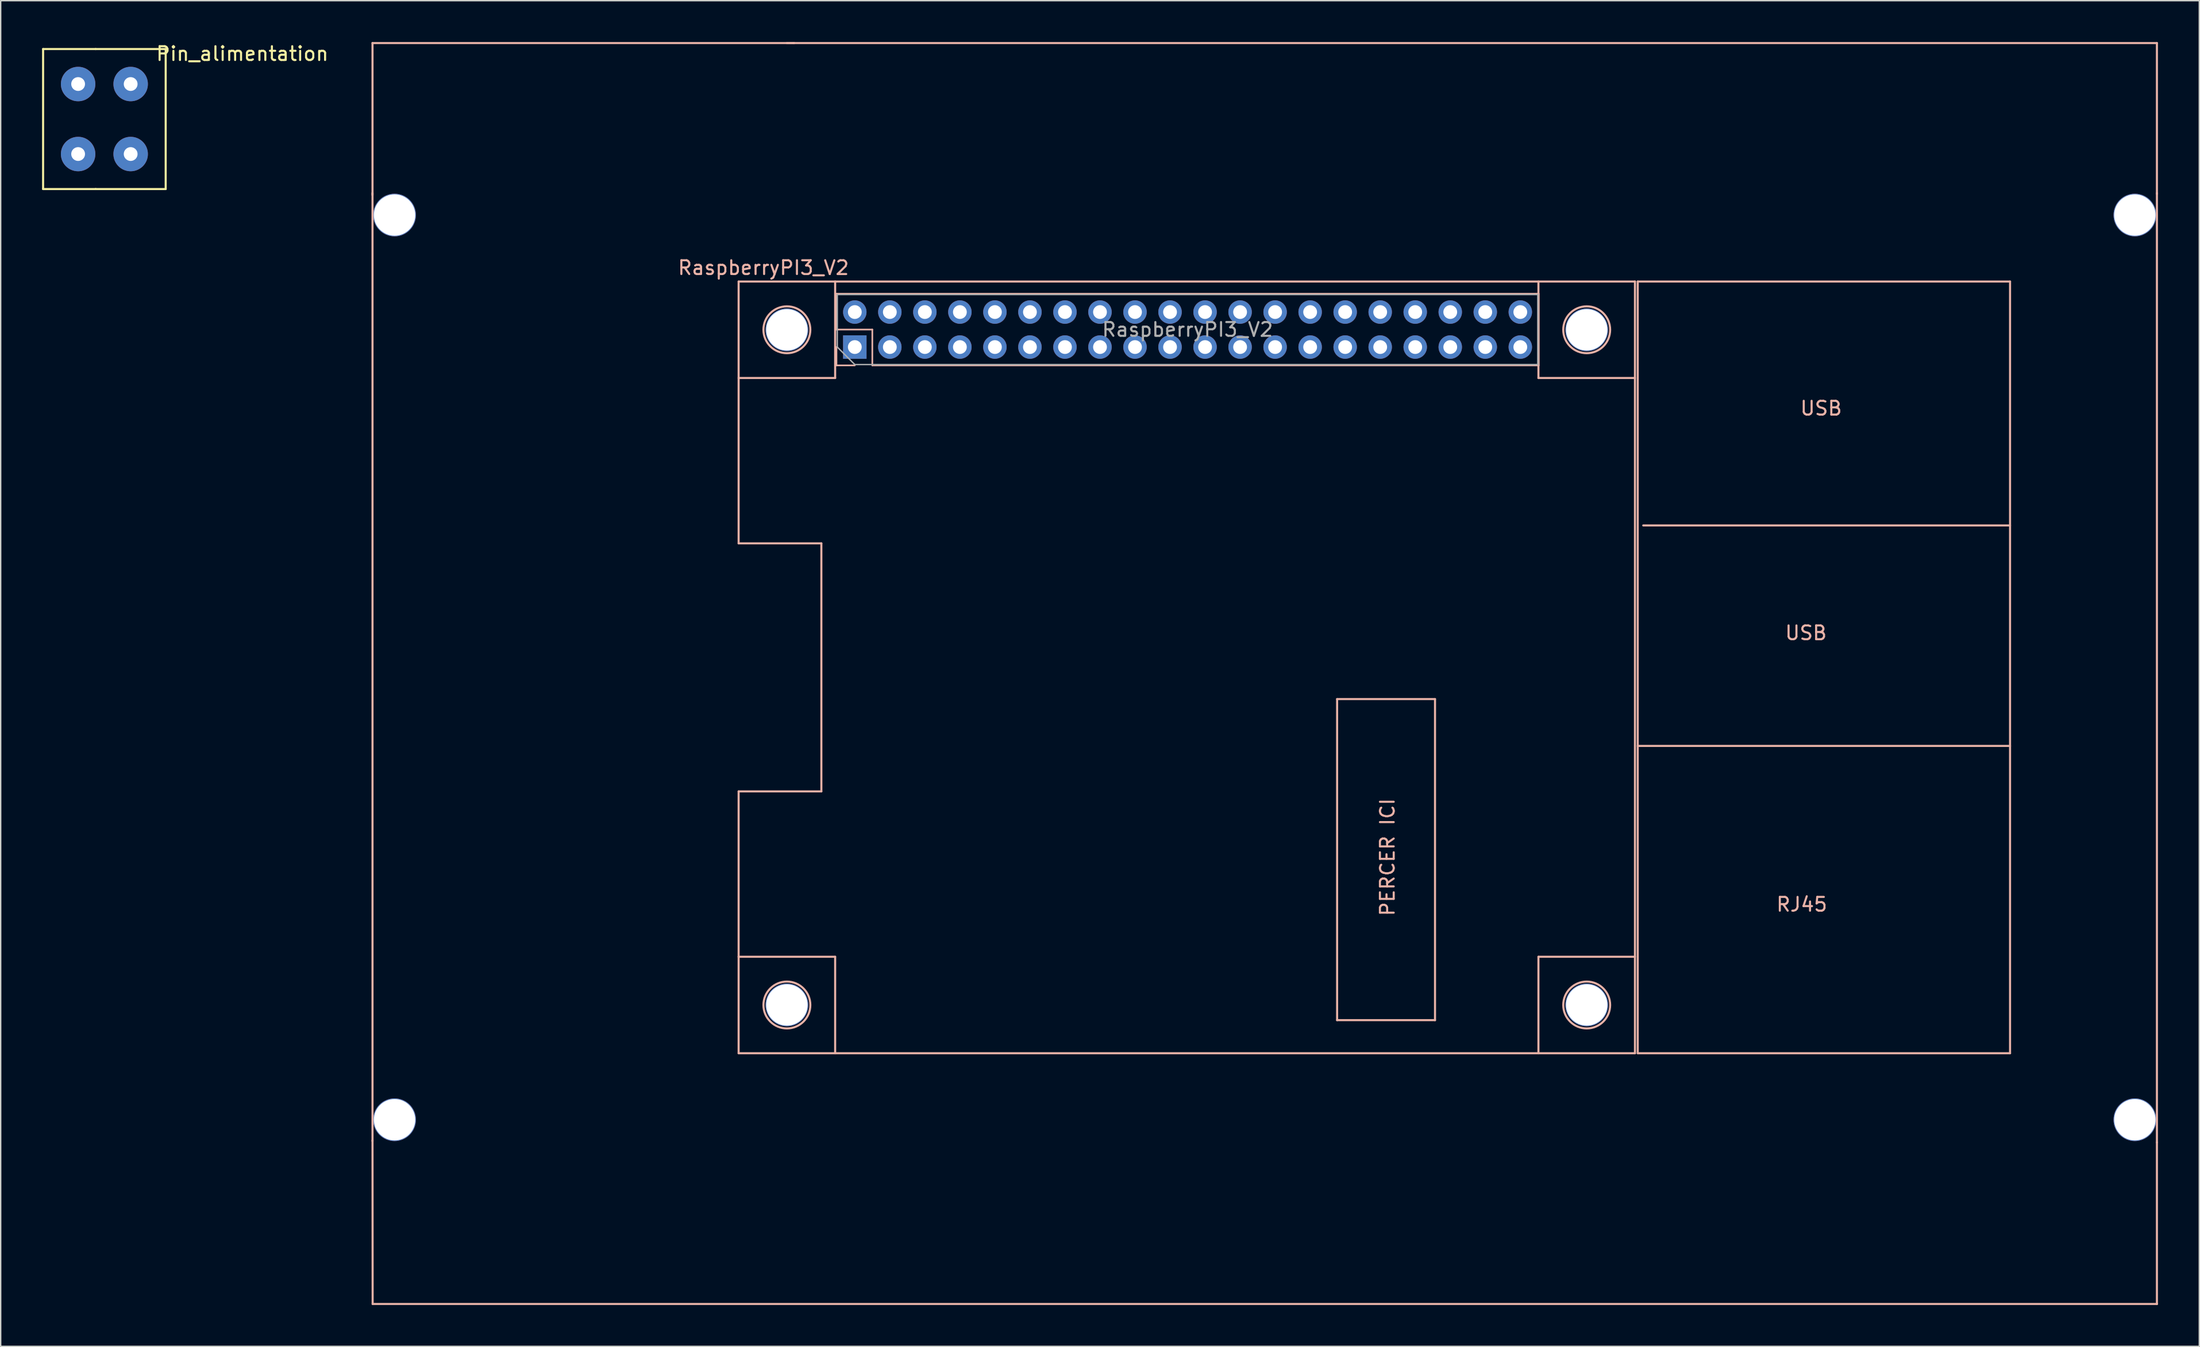
<source format=kicad_pcb>
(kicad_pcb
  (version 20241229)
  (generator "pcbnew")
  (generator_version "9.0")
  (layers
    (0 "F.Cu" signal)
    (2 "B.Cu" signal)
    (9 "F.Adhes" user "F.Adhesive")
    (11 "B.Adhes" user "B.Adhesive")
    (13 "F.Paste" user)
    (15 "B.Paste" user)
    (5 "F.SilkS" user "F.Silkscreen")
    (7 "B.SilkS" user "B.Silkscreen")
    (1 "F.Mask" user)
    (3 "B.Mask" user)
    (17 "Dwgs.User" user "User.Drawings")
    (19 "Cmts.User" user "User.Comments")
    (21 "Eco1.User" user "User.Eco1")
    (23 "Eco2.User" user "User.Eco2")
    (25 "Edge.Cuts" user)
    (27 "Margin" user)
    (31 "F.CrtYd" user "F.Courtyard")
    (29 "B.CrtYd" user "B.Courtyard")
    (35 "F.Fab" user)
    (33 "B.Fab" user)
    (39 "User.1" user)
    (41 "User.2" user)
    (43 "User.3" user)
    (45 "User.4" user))
  (footprint "Pin_alimentation"
    (layer "F.Cu")
    (at 6.425 3.048)
    (property "Reference" "Pin_alimentation" (at 8.1 -2.2 0) (layer "F.SilkS") (effects (font (size 1 1) (thickness 0.15))))
    (attr through_hole)
    (fp_line (start -6.35 -2.54) (end -6.35 7.62) (stroke (width 0.15) (type solid)) (layer "F.SilkS"))
    (fp_line (start -6.35 7.62) (end -2.54 7.62) (stroke (width 0.15) (type solid)) (layer "F.SilkS"))
    (fp_line (start -2.54 -2.54) (end -6.35 -2.54) (stroke (width 0.15) (type solid)) (layer "F.SilkS"))
    (fp_line (start -2.54 -2.54) (end 2.54 -2.54) (stroke (width 0.15) (type solid)) (layer "F.SilkS"))
    (fp_line (start 2.54 -2.54) (end 2.54 7.62) (stroke (width 0.15) (type solid)) (layer "F.SilkS"))
    (fp_line (start 2.54 7.62) (end -2.54 7.62) (stroke (width 0.15) (type solid)) (layer "F.SilkS"))
    (pad "1" thru_hole circle (at -3.81 0) (size 2.5 2.5) (drill 1) (layers "*.Cu" "*.Mask"))
    (pad "1" thru_hole circle (at 0 0) (size 2.5 2.5) (drill 1) (layers "*.Cu" "*.Mask"))
    (pad "2" thru_hole circle (at -3.81 5.08) (size 2.5 2.5) (drill 1) (layers "*.Cu" "*.Mask"))
    (pad "2" thru_hole circle (at 0 5.08) (size 2.5 2.5) (drill 1) (layers "*.Cu" "*.Mask")))
  (footprint "RaspberryPI3_V2"
    (layer "F.Cu")
    (at 25.563 12.555)
    (property "Reference" "RaspberryPI3_V2" (at 26.75 3.825 180) (layer "B.SilkS") (effects (font (size 1 1) (thickness 0.15))))
    (attr through_hole)
    (fp_line (start -1.6 -12.48) (end 28.97 -12.48) (stroke (width 0.15) (type solid)) (layer "B.SilkS"))
    (fp_line (start -1.6 -1.45) (end -1.6 -12.48) (stroke (width 0.15) (type solid)) (layer "B.SilkS"))
    (fp_line (start -1.6 67.2) (end -1.6 -1.6) (stroke (width 0.15) (type solid)) (layer "B.SilkS"))
    (fp_line (start -1.59 79.02) (end -1.6 67.15) (stroke (width 0.15) (type solid)) (layer "B.SilkS"))
    (fp_line (start 24.95 4.825) (end 24.95 23.825) (stroke (width 0.15) (type solid)) (layer "B.SilkS"))
    (fp_line (start 24.95 4.825) (end 89.95 4.825) (stroke (width 0.15) (type solid)) (layer "B.SilkS"))
    (fp_line (start 24.95 11.825) (end 31.95 11.825) (stroke (width 0.15) (type solid)) (layer "B.SilkS"))
    (fp_line (start 24.95 23.825) (end 30.95 23.825) (stroke (width 0.15) (type solid)) (layer "B.SilkS"))
    (fp_line (start 24.95 41.825) (end 24.95 53.825) (stroke (width 0.15) (type solid)) (layer "B.SilkS"))
    (fp_line (start 24.95 41.825) (end 30.95 41.825) (stroke (width 0.15) (type solid)) (layer "B.SilkS"))
    (fp_line (start 24.95 60.825) (end 24.95 53.825) (stroke (width 0.15) (type solid)) (layer "B.SilkS"))
    (fp_line (start 28.35 8.325) (end 28.55 8.325) (stroke (width 0.15) (type solid)) (layer "B.SilkS"))
    (fp_line (start 28.45 -12.48) (end 28.97 -12.48) (stroke (width 0.15) (type solid)) (layer "B.SilkS"))
    (fp_line (start 28.45 8.425) (end 28.45 8.225) (stroke (width 0.15) (type solid)) (layer "B.SilkS"))
    (fp_line (start 28.91 -12.48) (end 127.8 -12.48) (stroke (width 0.15) (type solid)) (layer "B.SilkS"))
    (fp_line (start 30.95 23.825) (end 30.95 41.825) (stroke (width 0.15) (type solid)) (layer "B.SilkS"))
    (fp_line (start 31.95 11.825) (end 31.95 4.825) (stroke (width 0.15) (type solid)) (layer "B.SilkS"))
    (fp_line (start 31.95 53.825) (end 24.95 53.825) (stroke (width 0.15) (type solid)) (layer "B.SilkS"))
    (fp_line (start 31.95 60.825) (end 31.95 53.825) (stroke (width 0.15) (type solid)) (layer "B.SilkS"))
    (fp_line (start 32.045 5.71) (end 82.965 5.71) (stroke (width 0.12) (type solid)) (layer "B.SilkS"))
    (fp_line (start 32.045 8.31) (end 32.045 5.71) (stroke (width 0.12) (type solid)) (layer "B.SilkS"))
    (fp_line (start 32.045 10.91) (end 32.045 9.58) (stroke (width 0.12) (type solid)) (layer "B.SilkS"))
    (fp_line (start 33.375 10.91) (end 32.045 10.91) (stroke (width 0.12) (type solid)) (layer "B.SilkS"))
    (fp_line (start 34.645 8.31) (end 32.045 8.31) (stroke (width 0.12) (type solid)) (layer "B.SilkS"))
    (fp_line (start 34.645 10.91) (end 34.645 8.31) (stroke (width 0.12) (type solid)) (layer "B.SilkS"))
    (fp_line (start 34.645 10.91) (end 82.965 10.91) (stroke (width 0.12) (type solid)) (layer "B.SilkS"))
    (fp_line (start 68.35 35.125) (end 75.45 35.125) (stroke (width 0.15) (type solid)) (layer "B.SilkS"))
    (fp_line (start 68.35 58.425) (end 68.35 35.125) (stroke (width 0.15) (type solid)) (layer "B.SilkS"))
    (fp_line (start 75.45 35.125) (end 75.45 58.425) (stroke (width 0.15) (type solid)) (layer "B.SilkS"))
    (fp_line (start 75.45 58.425) (end 68.35 58.425) (stroke (width 0.15) (type solid)) (layer "B.SilkS"))
    (fp_line (start 82.95 4.825) (end 82.95 11.825) (stroke (width 0.15) (type solid)) (layer "B.SilkS"))
    (fp_line (start 82.95 11.825) (end 89.95 11.825) (stroke (width 0.15) (type solid)) (layer "B.SilkS"))
    (fp_line (start 82.95 53.825) (end 82.95 60.825) (stroke (width 0.15) (type solid)) (layer "B.SilkS"))
    (fp_line (start 82.965 10.91) (end 82.965 5.71) (stroke (width 0.12) (type solid)) (layer "B.SilkS"))
    (fp_line (start 86.35 8.325) (end 86.55 8.325) (stroke (width 0.15) (type solid)) (layer "B.SilkS"))
    (fp_line (start 86.45 8.225) (end 86.45 8.425) (stroke (width 0.15) (type solid)) (layer "B.SilkS"))
    (fp_line (start 89.95 4.825) (end 89.95 60.825) (stroke (width 0.15) (type solid)) (layer "B.SilkS"))
    (fp_line (start 89.95 53.825) (end 82.95 53.825) (stroke (width 0.15) (type solid)) (layer "B.SilkS"))
    (fp_line (start 89.95 60.825) (end 24.95 60.825) (stroke (width 0.15) (type solid)) (layer "B.SilkS"))
    (fp_line (start 90.15 4.825) (end 90.15 60.825) (stroke (width 0.15) (type solid)) (layer "B.SilkS"))
    (fp_line (start 90.15 38.525) (end 117.15 38.525) (stroke (width 0.15) (type solid)) (layer "B.SilkS"))
    (fp_line (start 90.15 60.825) (end 117.15 60.825) (stroke (width 0.15) (type solid)) (layer "B.SilkS"))
    (fp_line (start 90.55 22.525) (end 117.15 22.525) (stroke (width 0.15) (type solid)) (layer "B.SilkS"))
    (fp_line (start 117.15 4.825) (end 90.15 4.825) (stroke (width 0.15) (type solid)) (layer "B.SilkS"))
    (fp_line (start 117.15 60.825) (end 117.15 4.825) (stroke (width 0.15) (type solid)) (layer "B.SilkS"))
    (fp_line (start 127.8 -12.48) (end 127.8 -1.53) (stroke (width 0.15) (type solid)) (layer "B.SilkS"))
    (fp_line (start 127.8 -1.6) (end 127.8 67.3) (stroke (width 0.15) (type solid)) (layer "B.SilkS"))
    (fp_line (start 127.8 67.29) (end 127.8 79.02) (stroke (width 0.15) (type solid)) (layer "B.SilkS"))
    (fp_line (start 127.8 79.01) (end 127.8 79.02) (stroke (width 0.15) (type solid)) (layer "B.SilkS"))
    (fp_line (start 127.8 79.02) (end -1.59 79.02) (stroke (width 0.15) (type solid)) (layer "B.SilkS"))
    (fp_circle (center 28.45 8.325) (end 28.45 10.025) (stroke (width 0.15) (type solid)) (fill no) (layer "B.SilkS"))
    (fp_circle (center 28.45 57.325) (end 28.45 59.025) (stroke (width 0.15) (type solid)) (fill no) (layer "B.SilkS"))
    (fp_circle (center 86.45 8.325) (end 86.45 10.025) (stroke (width 0.15) (type solid)) (fill no) (layer "B.SilkS"))
    (fp_circle (center 86.45 57.325) (end 86.45 59.025) (stroke (width 0.15) (type solid)) (fill no) (layer "B.SilkS"))
    (fp_line (start 32.105 5.77) (end 82.905 5.77) (stroke (width 0.1) (type solid)) (layer "F.Fab"))
    (fp_line (start 32.105 9.58) (end 32.105 5.77) (stroke (width 0.1) (type solid)) (layer "F.Fab"))
    (fp_line (start 33.375 10.85) (end 32.105 9.58) (stroke (width 0.1) (type solid)) (layer "F.Fab"))
    (fp_line (start 82.905 5.77) (end 82.905 10.85) (stroke (width 0.1) (type solid)) (layer "F.Fab"))
    (fp_line (start 82.905 10.85) (end 33.375 10.85) (stroke (width 0.1) (type solid)) (layer "F.Fab"))
    (fp_text user "PERCER ICI" (at 72 46.6 270) (layer "B.SilkS") (effects (font (size 1 1) (thickness 0.15))))
    (fp_text user "USB" (at 102.35 30.325 0) (layer "B.SilkS") (effects (font (size 1 1) (thickness 0.15))))
    (fp_text user "USB" (at 103.45 14.025 0) (layer "B.SilkS") (effects (font (size 1 1) (thickness 0.15))))
    (fp_text user "RJ45" (at 102.05 50.025 0) (layer "B.SilkS") (effects (font (size 1 1) (thickness 0.15))))
    (fp_text user "${REFERENCE}" (at 57.505 8.31 180) (layer "F.Fab") (effects (font (size 1 1) (thickness 0.15))))
    (pad "1" thru_hole rect (at 33.375 9.58 90) (size 1.7 1.7) (drill 1) (layers "*.Cu" "*.Mask"))
    (pad "2" thru_hole oval (at 33.375 7.04 90) (size 1.7 1.7) (drill 1) (layers "*.Cu" "*.Mask"))
    (pad "3" thru_hole oval (at 35.915 9.58 90) (size 1.7 1.7) (drill 1) (layers "*.Cu" "*.Mask"))
    (pad "4" thru_hole oval (at 35.915 7.04 90) (size 1.7 1.7) (drill 1) (layers "*.Cu" "*.Mask"))
    (pad "5" thru_hole oval (at 38.455 9.58 90) (size 1.7 1.7) (drill 1) (layers "*.Cu" "*.Mask"))
    (pad "6" thru_hole oval (at 38.455 7.04 90) (size 1.7 1.7) (drill 1) (layers "*.Cu" "*.Mask"))
    (pad "7" thru_hole oval (at 40.995 9.58 90) (size 1.7 1.7) (drill 1) (layers "*.Cu" "*.Mask"))
    (pad "8" thru_hole oval (at 40.995 7.04 90) (size 1.7 1.7) (drill 1) (layers "*.Cu" "*.Mask"))
    (pad "9" thru_hole oval (at 43.535 9.58 90) (size 1.7 1.7) (drill 1) (layers "*.Cu" "*.Mask"))
    (pad "10" thru_hole oval (at 43.535 7.04 90) (size 1.7 1.7) (drill 1) (layers "*.Cu" "*.Mask"))
    (pad "11" thru_hole oval (at 46.075 9.58 90) (size 1.7 1.7) (drill 1) (layers "*.Cu" "*.Mask"))
    (pad "12" thru_hole oval (at 46.075 7.04 90) (size 1.7 1.7) (drill 1) (layers "*.Cu" "*.Mask"))
    (pad "13" thru_hole oval (at 48.615 9.58 90) (size 1.7 1.7) (drill 1) (layers "*.Cu" "*.Mask"))
    (pad "14" thru_hole oval (at 48.615 7.04 90) (size 1.7 1.7) (drill 1) (layers "*.Cu" "*.Mask"))
    (pad "15" thru_hole oval (at 51.155 9.58 90) (size 1.7 1.7) (drill 1) (layers "*.Cu" "*.Mask"))
    (pad "16" thru_hole oval (at 51.155 7.04 90) (size 1.7 1.7) (drill 1) (layers "*.Cu" "*.Mask"))
    (pad "17" thru_hole oval (at 53.695 9.58 90) (size 1.7 1.7) (drill 1) (layers "*.Cu" "*.Mask"))
    (pad "18" thru_hole oval (at 53.695 7.04 90) (size 1.7 1.7) (drill 1) (layers "*.Cu" "*.Mask"))
    (pad "19" thru_hole oval (at 56.235 9.58 90) (size 1.7 1.7) (drill 1) (layers "*.Cu" "*.Mask"))
    (pad "20" thru_hole oval (at 56.235 7.04 90) (size 1.7 1.7) (drill 1) (layers "*.Cu" "*.Mask"))
    (pad "21" thru_hole oval (at 58.775 9.58 90) (size 1.7 1.7) (drill 1) (layers "*.Cu" "*.Mask"))
    (pad "22" thru_hole oval (at 58.775 7.04 90) (size 1.7 1.7) (drill 1) (layers "*.Cu" "*.Mask"))
    (pad "23" thru_hole oval (at 61.315 9.58 90) (size 1.7 1.7) (drill 1) (layers "*.Cu" "*.Mask"))
    (pad "24" thru_hole oval (at 61.315 7.04 90) (size 1.7 1.7) (drill 1) (layers "*.Cu" "*.Mask"))
    (pad "25" thru_hole oval (at 63.855 9.58 90) (size 1.7 1.7) (drill 1) (layers "*.Cu" "*.Mask"))
    (pad "26" thru_hole oval (at 63.855 7.04 90) (size 1.7 1.7) (drill 1) (layers "*.Cu" "*.Mask"))
    (pad "27" thru_hole oval (at 66.395 9.58 90) (size 1.7 1.7) (drill 1) (layers "*.Cu" "*.Mask"))
    (pad "28" thru_hole oval (at 66.395 7.04 90) (size 1.7 1.7) (drill 1) (layers "*.Cu" "*.Mask"))
    (pad "29" thru_hole oval (at 68.935 9.58 90) (size 1.7 1.7) (drill 1) (layers "*.Cu" "*.Mask"))
    (pad "30" thru_hole oval (at 68.935 7.04 90) (size 1.7 1.7) (drill 1) (layers "*.Cu" "*.Mask"))
    (pad "31" thru_hole oval (at 71.475 9.58 90) (size 1.7 1.7) (drill 1) (layers "*.Cu" "*.Mask"))
    (pad "32" thru_hole oval (at 71.475 7.04 90) (size 1.7 1.7) (drill 1) (layers "*.Cu" "*.Mask"))
    (pad "33" thru_hole oval (at 74.015 9.58 90) (size 1.7 1.7) (drill 1) (layers "*.Cu" "*.Mask"))
    (pad "34" thru_hole oval (at 74.015 7.04 90) (size 1.7 1.7) (drill 1) (layers "*.Cu" "*.Mask"))
    (pad "35" thru_hole oval (at 76.555 9.58 90) (size 1.7 1.7) (drill 1) (layers "*.Cu" "*.Mask"))
    (pad "36" thru_hole oval (at 76.555 7.04 90) (size 1.7 1.7) (drill 1) (layers "*.Cu" "*.Mask"))
    (pad "37" thru_hole oval (at 79.095 9.58 90) (size 1.7 1.7) (drill 1) (layers "*.Cu" "*.Mask"))
    (pad "38" thru_hole oval (at 79.095 7.04 90) (size 1.7 1.7) (drill 1) (layers "*.Cu" "*.Mask"))
    (pad "39" thru_hole oval (at 81.635 9.58 90) (size 1.7 1.7) (drill 1) (layers "*.Cu" "*.Mask"))
    (pad "40" thru_hole oval (at 81.635 7.04 90) (size 1.7 1.7) (drill 1) (layers "*.Cu" "*.Mask"))
    (pad "41" thru_hole circle (at 0 0) (size 3.1 3.1) (drill 3) (layers "*.Cu" "*.Mask"))
    (pad "41" thru_hole circle (at 0 65.65) (size 3.1 3.1) (drill 3) (layers "*.Cu" "*.Mask"))
    (pad "41" thru_hole circle (at 28.45 8.33) (size 3.1 3.1) (drill 3) (layers "*.Cu" "*.Mask"))
    (pad "41" thru_hole circle (at 28.45 57.32) (size 3.1 3.1) (drill 3) (layers "*.Cu" "*.Mask"))
    (pad "41" thru_hole circle (at 86.45 8.33) (size 3.1 3.1) (drill 3) (layers "*.Cu" "*.Mask"))
    (pad "41" thru_hole circle (at 86.45 57.32) (size 3.1 3.1) (drill 3) (layers "*.Cu" "*.Mask"))
    (pad "41" thru_hole circle (at 126.2 0) (size 3.1 3.1) (drill 3) (layers "*.Cu" "*.Mask"))
    (pad "41" thru_hole circle (at 126.2 65.65) (size 3.1 3.1) (drill 3) (layers "*.Cu" "*.Mask")))
  (gr_rect
    (start -3 -3)
    (end 156.438 94.65)
    (stroke (width 0.1) (type default))
    (fill no)
    (layer "Edge.Cuts")))
</source>
